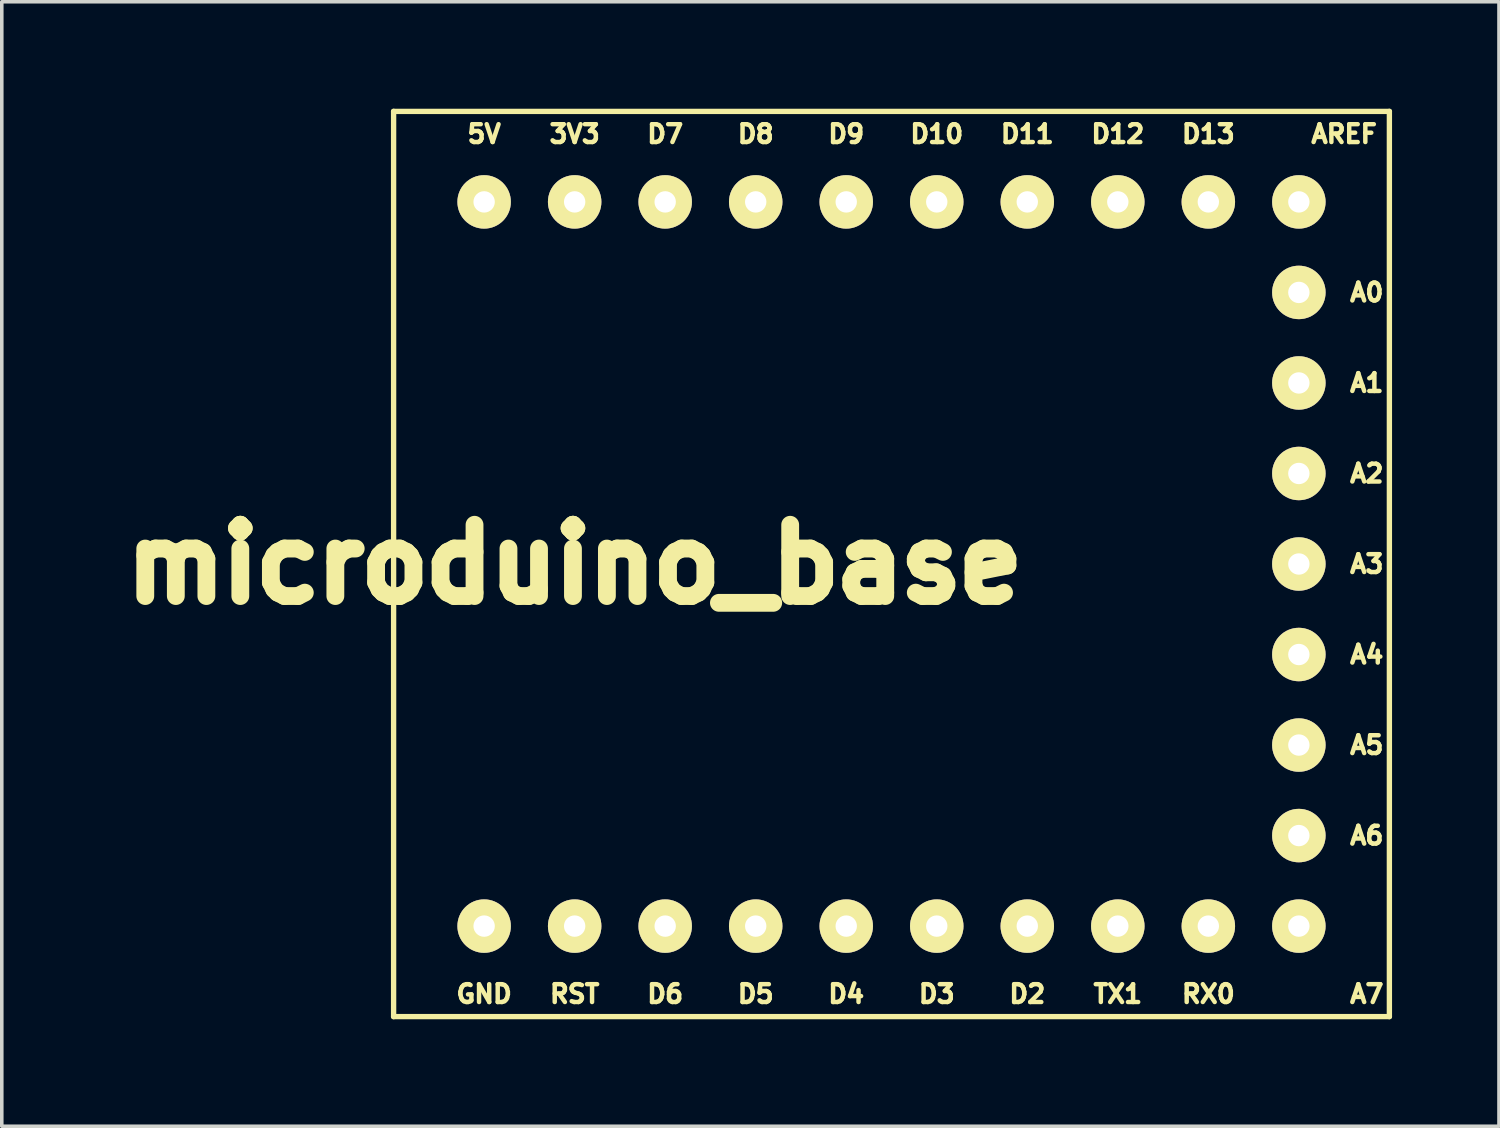
<source format=kicad_pcb>
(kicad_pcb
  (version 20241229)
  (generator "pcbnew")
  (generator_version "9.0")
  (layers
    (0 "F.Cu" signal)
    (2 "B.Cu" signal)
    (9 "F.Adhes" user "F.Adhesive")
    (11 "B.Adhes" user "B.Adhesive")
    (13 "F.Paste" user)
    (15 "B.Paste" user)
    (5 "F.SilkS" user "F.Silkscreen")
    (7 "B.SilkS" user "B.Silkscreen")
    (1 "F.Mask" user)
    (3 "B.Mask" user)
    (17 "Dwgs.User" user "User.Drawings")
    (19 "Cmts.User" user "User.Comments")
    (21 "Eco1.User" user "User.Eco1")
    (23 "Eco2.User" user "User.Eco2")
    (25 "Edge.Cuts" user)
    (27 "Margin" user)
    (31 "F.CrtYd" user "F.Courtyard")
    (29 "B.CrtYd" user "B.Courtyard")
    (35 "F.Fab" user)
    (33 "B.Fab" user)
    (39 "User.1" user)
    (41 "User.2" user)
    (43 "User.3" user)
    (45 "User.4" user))
  (footprint "microduino_base"
    (layer "F.Cu")
    (at 33.394 12.775)
    (property "Reference" "microduino_base" (at -20.32 0 0) (layer "F.SilkS") (effects (font (size 2 2) (thickness 0.5))))
    (attr through_hole)
    (fp_line (start -25.4 -12.7) (end -25.4 12.7) (stroke (width 0.15) (type solid)) (layer "F.SilkS"))
    (fp_line (start -25.4 12.7) (end 2.54 12.7) (stroke (width 0.15) (type solid)) (layer "F.SilkS"))
    (fp_line (start 2.54 -12.7) (end -25.4 -12.7) (stroke (width 0.15) (type solid)) (layer "F.SilkS"))
    (fp_line (start 2.54 12.7) (end 2.54 -12.7) (stroke (width 0.15) (type solid)) (layer "F.SilkS"))
    (fp_text user "D9" (at -12.7 -12.065 0) (layer "F.SilkS") (effects (font (size 0.5 0.5) (thickness 0.125))))
    (fp_text user "A1" (at 1.905 -5.08 0) (layer "F.SilkS") (effects (font (size 0.5 0.5) (thickness 0.125))))
    (fp_text user "D12" (at -5.08 -12.065 0) (layer "F.SilkS") (effects (font (size 0.5 0.5) (thickness 0.125))))
    (fp_text user "D2" (at -7.62 12.065 0) (layer "F.SilkS") (effects (font (size 0.5 0.5) (thickness 0.125))))
    (fp_text user "A3" (at 1.905 0 0) (layer "F.SilkS") (effects (font (size 0.5 0.5) (thickness 0.125))))
    (fp_text user "GND" (at -22.86 12.065 180) (layer "F.SilkS") (effects (font (size 0.5 0.5) (thickness 0.125))))
    (fp_text user "D3" (at -10.16 12.065 0) (layer "F.SilkS") (effects (font (size 0.5 0.5) (thickness 0.125))))
    (fp_text user "3V3" (at -20.32 -12.065 0) (layer "F.SilkS") (effects (font (size 0.5 0.5) (thickness 0.125))))
    (fp_text user "A0" (at 1.905 -7.62 0) (layer "F.SilkS") (effects (font (size 0.5 0.5) (thickness 0.125))))
    (fp_text user "AREF" (at 1.27 -12.065 0) (layer "F.SilkS") (effects (font (size 0.5 0.5) (thickness 0.125))))
    (fp_text user "A7" (at 1.905 12.065 0) (layer "F.SilkS") (effects (font (size 0.5 0.5) (thickness 0.125))))
    (fp_text user "D5" (at -15.24 12.065 0) (layer "F.SilkS") (effects (font (size 0.5 0.5) (thickness 0.125))))
    (fp_text user "D4" (at -12.7 12.065 0) (layer "F.SilkS") (effects (font (size 0.5 0.5) (thickness 0.125))))
    (fp_text user "A4" (at 1.905 2.54 0) (layer "F.SilkS") (effects (font (size 0.5 0.5) (thickness 0.125))))
    (fp_text user "TX1" (at -5.08 12.065 0) (layer "F.SilkS") (effects (font (size 0.5 0.5) (thickness 0.125))))
    (fp_text user "D7" (at -17.78 -12.065 0) (layer "F.SilkS") (effects (font (size 0.5 0.5) (thickness 0.125))))
    (fp_text user "5V" (at -22.86 -12.065 0) (layer "F.SilkS") (effects (font (size 0.5 0.5) (thickness 0.125))))
    (fp_text user "D13" (at -2.54 -12.065 0) (layer "F.SilkS") (effects (font (size 0.5 0.5) (thickness 0.125))))
    (fp_text user "A5" (at 1.905 5.08 0) (layer "F.SilkS") (effects (font (size 0.5 0.5) (thickness 0.125))))
    (fp_text user "D6" (at -17.78 12.065 0) (layer "F.SilkS") (effects (font (size 0.5 0.5) (thickness 0.125))))
    (fp_text user "A6" (at 1.905 7.62 0) (layer "F.SilkS") (effects (font (size 0.5 0.5) (thickness 0.125))))
    (fp_text user "A2" (at 1.905 -2.54 0) (layer "F.SilkS") (effects (font (size 0.5 0.5) (thickness 0.125))))
    (fp_text user "RST" (at -20.32 12.065 180) (layer "F.SilkS") (effects (font (size 0.5 0.5) (thickness 0.125))))
    (fp_text user "D10" (at -10.16 -12.065 0) (layer "F.SilkS") (effects (font (size 0.5 0.5) (thickness 0.125))))
    (fp_text user "RX0" (at -2.54 12.065 0) (layer "F.SilkS") (effects (font (size 0.5 0.5) (thickness 0.125))))
    (fp_text user "D11" (at -7.62 -12.065 0) (layer "F.SilkS") (effects (font (size 0.5 0.5) (thickness 0.125))))
    (fp_text user "D8" (at -15.24 -12.065 0) (layer "F.SilkS") (effects (font (size 0.5 0.5) (thickness 0.125))))
    (pad "1" thru_hole circle (at -22.86 -10.16) (size 1.5 1.5) (drill 0.6) (layers "*.Cu" "*.Mask" "F.SilkS"))
    (pad "2" thru_hole circle (at -20.32 -10.16) (size 1.5 1.5) (drill 0.6) (layers "*.Cu" "*.Mask" "F.SilkS"))
    (pad "3" thru_hole circle (at -17.78 -10.16) (size 1.5 1.5) (drill 0.6) (layers "*.Cu" "*.Mask" "F.SilkS"))
    (pad "4" thru_hole circle (at -15.24 -10.16) (size 1.5 1.5) (drill 0.6) (layers "*.Cu" "*.Mask" "F.SilkS"))
    (pad "5" thru_hole circle (at -12.7 -10.16) (size 1.5 1.5) (drill 0.6) (layers "*.Cu" "*.Mask" "F.SilkS"))
    (pad "6" thru_hole circle (at -10.16 -10.16) (size 1.5 1.5) (drill 0.6) (layers "*.Cu" "*.Mask" "F.SilkS"))
    (pad "7" thru_hole circle (at -7.62 -10.16) (size 1.5 1.5) (drill 0.6) (layers "*.Cu" "*.Mask" "F.SilkS"))
    (pad "8" thru_hole circle (at -5.08 -10.16) (size 1.5 1.5) (drill 0.6) (layers "*.Cu" "*.Mask" "F.SilkS"))
    (pad "9" thru_hole circle (at -2.54 -10.16) (size 1.5 1.5) (drill 0.6) (layers "*.Cu" "*.Mask" "F.SilkS"))
    (pad "10" thru_hole circle (at 0 -10.16) (size 1.5 1.5) (drill 0.6) (layers "*.Cu" "*.Mask" "F.SilkS"))
    (pad "11" thru_hole circle (at 0 -7.62) (size 1.5 1.5) (drill 0.6) (layers "*.Cu" "*.Mask" "F.SilkS"))
    (pad "12" thru_hole circle (at 0 -5.08) (size 1.5 1.5) (drill 0.6) (layers "*.Cu" "*.Mask" "F.SilkS"))
    (pad "13" thru_hole circle (at 0 -2.54) (size 1.5 1.5) (drill 0.6) (layers "*.Cu" "*.Mask" "F.SilkS"))
    (pad "14" thru_hole circle (at 0 0) (size 1.5 1.5) (drill 0.6) (layers "*.Cu" "*.Mask" "F.SilkS"))
    (pad "15" thru_hole circle (at 0 2.54) (size 1.5 1.5) (drill 0.6) (layers "*.Cu" "*.Mask" "F.SilkS"))
    (pad "16" thru_hole circle (at 0 5.08) (size 1.5 1.5) (drill 0.6) (layers "*.Cu" "*.Mask" "F.SilkS"))
    (pad "17" thru_hole circle (at 0 7.62) (size 1.5 1.5) (drill 0.6) (layers "*.Cu" "*.Mask" "F.SilkS"))
    (pad "18" thru_hole circle (at 0 10.16) (size 1.5 1.5) (drill 0.6) (layers "*.Cu" "*.Mask" "F.SilkS"))
    (pad "19" thru_hole circle (at -2.54 10.16) (size 1.5 1.5) (drill 0.6) (layers "*.Cu" "*.Mask" "F.SilkS"))
    (pad "20" thru_hole circle (at -5.08 10.16) (size 1.5 1.5) (drill 0.6) (layers "*.Cu" "*.Mask" "F.SilkS"))
    (pad "21" thru_hole circle (at -7.62 10.16) (size 1.5 1.5) (drill 0.6) (layers "*.Cu" "*.Mask" "F.SilkS"))
    (pad "22" thru_hole circle (at -10.16 10.16) (size 1.5 1.5) (drill 0.6) (layers "*.Cu" "*.Mask" "F.SilkS"))
    (pad "23" thru_hole circle (at -12.7 10.16) (size 1.5 1.5) (drill 0.6) (layers "*.Cu" "*.Mask" "F.SilkS"))
    (pad "24" thru_hole circle (at -15.24 10.16) (size 1.5 1.5) (drill 0.6) (layers "*.Cu" "*.Mask" "F.SilkS"))
    (pad "25" thru_hole circle (at -17.78 10.16) (size 1.5 1.5) (drill 0.6) (layers "*.Cu" "*.Mask" "F.SilkS"))
    (pad "26" thru_hole circle (at -20.32 10.16) (size 1.5 1.5) (drill 0.6) (layers "*.Cu" "*.Mask" "F.SilkS"))
    (pad "27" thru_hole circle (at -22.86 10.16) (size 1.5 1.5) (drill 0.6) (layers "*.Cu" "*.Mask" "F.SilkS")))
  (gr_rect
    (start -3 -3)
    (end 39.009 28.55)
    (stroke (width 0.1) (type default))
    (fill no)
    (layer "Edge.Cuts")))
</source>
